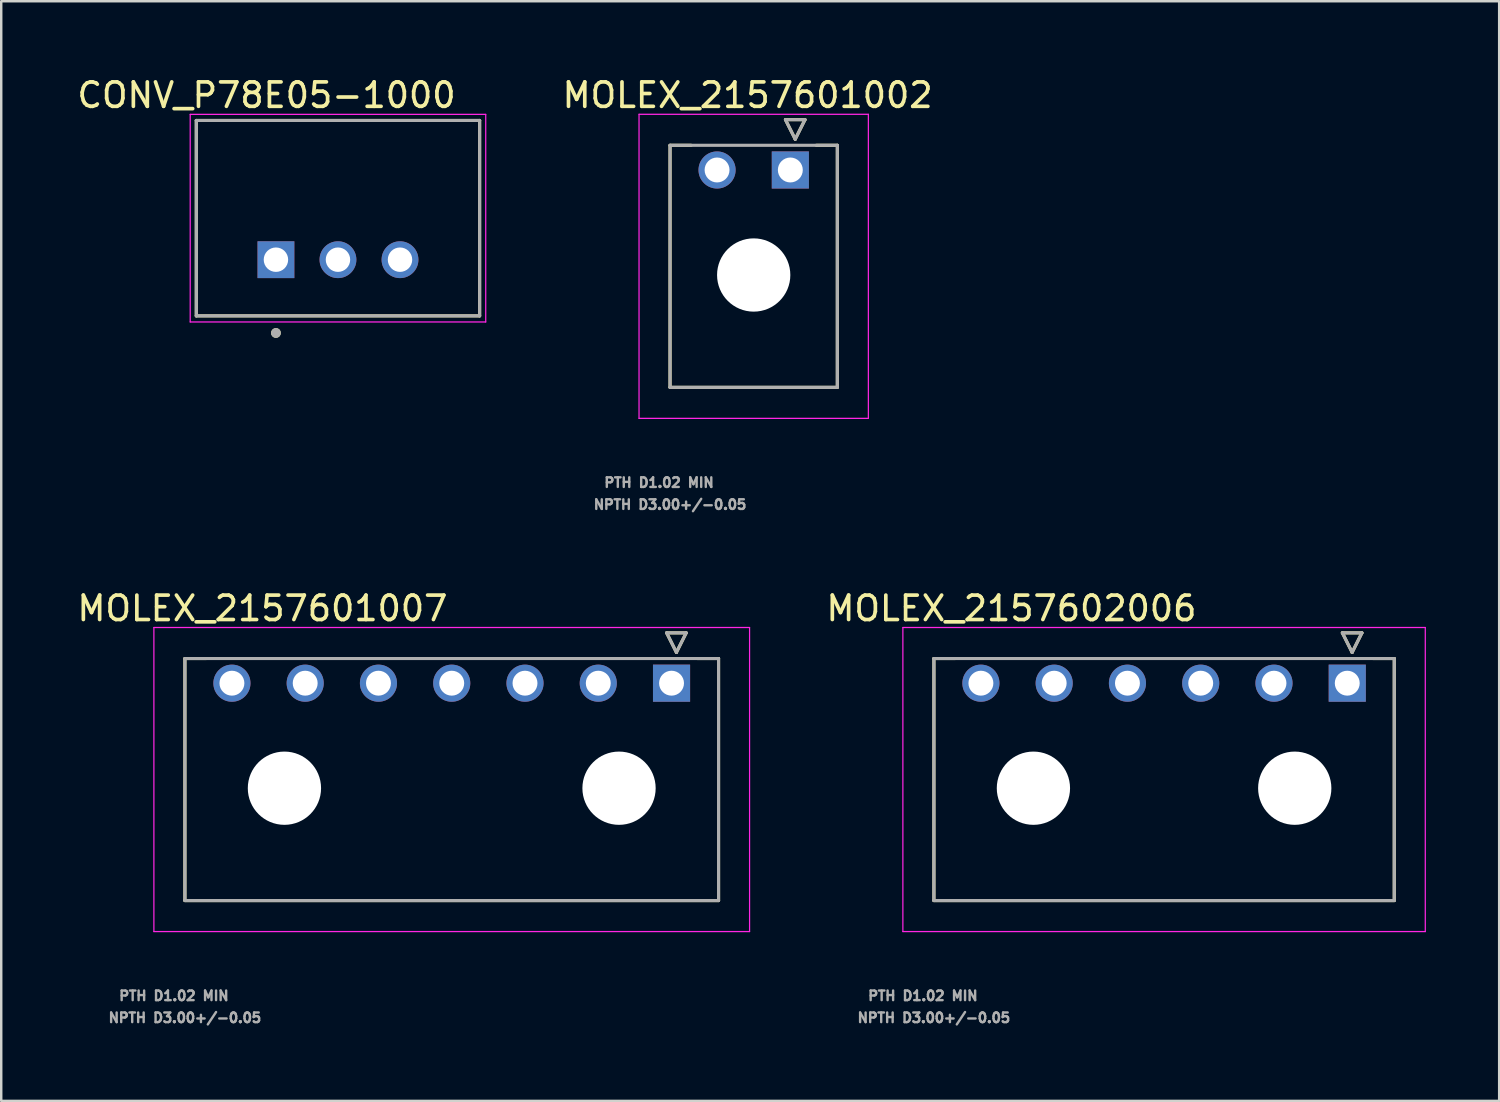
<source format=kicad_pcb>
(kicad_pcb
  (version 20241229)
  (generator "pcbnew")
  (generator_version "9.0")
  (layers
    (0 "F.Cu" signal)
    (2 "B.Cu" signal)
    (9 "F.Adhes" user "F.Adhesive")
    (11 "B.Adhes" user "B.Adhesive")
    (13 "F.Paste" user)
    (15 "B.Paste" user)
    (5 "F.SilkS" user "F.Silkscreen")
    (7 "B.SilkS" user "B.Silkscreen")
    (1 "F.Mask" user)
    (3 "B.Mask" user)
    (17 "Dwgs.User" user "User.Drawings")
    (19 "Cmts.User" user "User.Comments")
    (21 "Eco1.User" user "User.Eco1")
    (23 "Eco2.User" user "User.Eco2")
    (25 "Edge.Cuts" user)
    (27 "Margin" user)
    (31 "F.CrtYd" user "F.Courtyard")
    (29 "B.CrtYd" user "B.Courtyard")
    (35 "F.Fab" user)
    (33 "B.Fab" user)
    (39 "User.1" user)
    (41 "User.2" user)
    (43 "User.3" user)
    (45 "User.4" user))
  (footprint "CONV_P78E05-1000"
    (layer "F.Cu")
    (at 10.788 7.583)
    (property "Reference" "CONV_P78E05-1000" (at -2.925 -6.735 0) (layer "F.SilkS") (effects (font (size 1 1) (thickness 0.15))))
    (attr through_hole)
    (fp_line (start -5.8 -5.7) (end 5.8 -5.7) (stroke (width 0.127) (type solid)) (layer "F.SilkS"))
    (fp_line (start -5.8 2.3) (end -5.8 -5.7) (stroke (width 0.127) (type solid)) (layer "F.SilkS"))
    (fp_line (start 5.8 -5.7) (end 5.8 2.3) (stroke (width 0.127) (type solid)) (layer "F.SilkS"))
    (fp_line (start 5.8 2.3) (end -5.8 2.3) (stroke (width 0.127) (type solid)) (layer "F.SilkS"))
    (fp_circle (center -2.54 3) (end -2.44 3) (stroke (width 0.2) (type solid)) (fill no) (layer "F.SilkS"))
    (fp_line (start -6.05 -5.95) (end 6.05 -5.95) (stroke (width 0.05) (type solid)) (layer "F.CrtYd"))
    (fp_line (start -6.05 2.55) (end -6.05 -5.95) (stroke (width 0.05) (type solid)) (layer "F.CrtYd"))
    (fp_line (start 6.05 -5.95) (end 6.05 2.55) (stroke (width 0.05) (type solid)) (layer "F.CrtYd"))
    (fp_line (start 6.05 2.55) (end -6.05 2.55) (stroke (width 0.05) (type solid)) (layer "F.CrtYd"))
    (fp_line (start -5.8 -5.7) (end 5.8 -5.7) (stroke (width 0.127) (type solid)) (layer "F.Fab"))
    (fp_line (start -5.8 2.3) (end -5.8 -5.7) (stroke (width 0.127) (type solid)) (layer "F.Fab"))
    (fp_line (start 5.8 -5.7) (end 5.8 2.3) (stroke (width 0.127) (type solid)) (layer "F.Fab"))
    (fp_line (start 5.8 2.3) (end -5.8 2.3) (stroke (width 0.127) (type solid)) (layer "F.Fab"))
    (fp_circle (center -2.54 3) (end -2.44 3) (stroke (width 0.2) (type solid)) (fill no) (layer "F.Fab"))
    (pad "1" thru_hole rect (at -2.54 0) (size 1.508 1.508) (drill 1) (layers "*.Cu" "*.Mask"))
    (pad "2" thru_hole circle (at 0 0) (size 1.508 1.508) (drill 1) (layers "*.Cu" "*.Mask"))
    (pad "3" thru_hole circle (at 2.54 0) (size 1.508 1.508) (drill 1) (layers "*.Cu" "*.Mask")))
  (footprint "MOLEX_2157602006"
    (layer "F.Cu")
    (at 52.113 24.923)
    (property "Reference" "MOLEX_2157602006" (at -13.75 -3.062 0) (layer "F.SilkS") (effects (font (size 1 1) (thickness 0.15))))
    (attr through_hole)
    (fp_circle (center -15 0) (end -14.582 0) (stroke (width 0.836) (type solid)) (fill no) (layer "F.Mask"))
    (fp_circle (center -12.85 4.3) (end -12.062 4.3) (stroke (width 1.576) (type solid)) (fill no) (layer "F.Mask"))
    (fp_circle (center -12 0) (end -11.582 0) (stroke (width 0.836) (type solid)) (fill no) (layer "F.Mask"))
    (fp_circle (center -9 0) (end -8.582 0) (stroke (width 0.836) (type solid)) (fill no) (layer "F.Mask"))
    (fp_circle (center -6 0) (end -5.582 0) (stroke (width 0.836) (type solid)) (fill no) (layer "F.Mask"))
    (fp_circle (center -3 0) (end -2.582 0) (stroke (width 0.836) (type solid)) (fill no) (layer "F.Mask"))
    (fp_circle (center -2.15 4.3) (end -1.362 4.3) (stroke (width 1.576) (type solid)) (fill no) (layer "F.Mask"))
    (fp_poly (pts (xy -0.836 -0.836) (xy 0.836 -0.836) (xy 0.836 0.836) (xy -0.836 0.836)) (stroke (width 0.01) (type solid)) (fill yes) (layer "F.Mask"))
    (fp_circle (center -15 0) (end -14.582 0) (stroke (width 0.836) (type solid)) (fill no) (layer "B.Mask"))
    (fp_circle (center -12.85 4.3) (end -12.062 4.3) (stroke (width 1.576) (type solid)) (fill no) (layer "B.Mask"))
    (fp_circle (center -12 0) (end -11.582 0) (stroke (width 0.836) (type solid)) (fill no) (layer "B.Mask"))
    (fp_circle (center -9 0) (end -8.582 0) (stroke (width 0.836) (type solid)) (fill no) (layer "B.Mask"))
    (fp_circle (center -6 0) (end -5.582 0) (stroke (width 0.836) (type solid)) (fill no) (layer "B.Mask"))
    (fp_circle (center -3 0) (end -2.582 0) (stroke (width 0.836) (type solid)) (fill no) (layer "B.Mask"))
    (fp_circle (center -2.15 4.3) (end -1.362 4.3) (stroke (width 1.576) (type solid)) (fill no) (layer "B.Mask"))
    (fp_poly (pts (xy -0.836 -0.836) (xy 0.836 -0.836) (xy 0.836 0.836) (xy -0.836 0.836)) (stroke (width 0.01) (type solid)) (fill yes) (layer "B.Mask"))
    (fp_line (start -16.925 -1.01) (end -16.925 8.9) (stroke (width 0.127) (type solid)) (layer "F.SilkS"))
    (fp_line (start -16.925 -1.01) (end -16.06 -1.01) (stroke (width 0.127) (type solid)) (layer "F.SilkS"))
    (fp_line (start -0.2 -2.06) (end 0.6 -2.06) (stroke (width 0.127) (type solid)) (layer "F.SilkS"))
    (fp_line (start 0.2 -1.26) (end -0.2 -2.06) (stroke (width 0.127) (type solid)) (layer "F.SilkS"))
    (fp_line (start 0.6 -2.06) (end 0.2 -1.26) (stroke (width 0.127) (type solid)) (layer "F.SilkS"))
    (fp_line (start 1.925 -1.01) (end 1.06 -1.01) (stroke (width 0.127) (type solid)) (layer "F.SilkS"))
    (fp_line (start 1.925 -1.01) (end 1.925 8.9) (stroke (width 0.127) (type solid)) (layer "F.SilkS"))
    (fp_line (start 1.925 8.9) (end -16.925 8.9) (stroke (width 0.127) (type solid)) (layer "F.SilkS"))
    (fp_line (start -18.195 -2.28) (end 3.195 -2.28) (stroke (width 0.05) (type solid)) (layer "F.CrtYd"))
    (fp_line (start -18.195 10.17) (end -18.195 -2.28) (stroke (width 0.05) (type solid)) (layer "F.CrtYd"))
    (fp_line (start 3.195 10.17) (end -18.195 10.17) (stroke (width 0.05) (type solid)) (layer "F.CrtYd"))
    (fp_line (start 3.195 10.17) (end 3.195 -2.28) (stroke (width 0.05) (type solid)) (layer "F.CrtYd"))
    (fp_line (start -16.925 -1.01) (end 1.925 -1.01) (stroke (width 0.127) (type solid)) (layer "F.Fab"))
    (fp_line (start -16.925 8.9) (end -16.925 -1.01) (stroke (width 0.127) (type solid)) (layer "F.Fab"))
    (fp_line (start -0.2 -2.06) (end 0.6 -2.06) (stroke (width 0.127) (type solid)) (layer "F.Fab"))
    (fp_line (start 0.2 -1.26) (end -0.2 -2.06) (stroke (width 0.127) (type solid)) (layer "F.Fab"))
    (fp_line (start 0.6 -2.06) (end 0.2 -1.26) (stroke (width 0.127) (type solid)) (layer "F.Fab"))
    (fp_line (start 1.925 8.9) (end -16.925 8.9) (stroke (width 0.127) (type solid)) (layer "F.Fab"))
    (fp_line (start 1.925 8.9) (end 1.925 -1.01) (stroke (width 0.127) (type solid)) (layer "F.Fab"))
    (fp_text user "PTH D1.02 MIN   " (at -16.925 12.8 0) (layer "F.Fab") (effects (font (size 0.394 0.394) (thickness 0.15))))
    (fp_text user "NPTH D3.00+/-0.05" (at -16.925 13.7 0) (layer "F.Fab") (effects (font (size 0.394 0.394) (thickness 0.15))))
    (pad "" np_thru_hole circle (at -12.85 4.3) (size 3 3) (drill 3) (layers "*.Cu" "*.Mask"))
    (pad "" np_thru_hole circle (at -2.15 4.3) (size 3 3) (drill 3) (layers "*.Cu" "*.Mask"))
    (pad "1" thru_hole rect (at 0 0) (size 1.52 1.52) (drill 1.02) (layers "*.Cu"))
    (pad "2" thru_hole circle (at -3 0) (size 1.52 1.52) (drill 1.02) (layers "*.Cu"))
    (pad "3" thru_hole circle (at -6 0) (size 1.52 1.52) (drill 1.02) (layers "*.Cu"))
    (pad "4" thru_hole circle (at -9 0) (size 1.52 1.52) (drill 1.02) (layers "*.Cu"))
    (pad "5" thru_hole circle (at -12 0) (size 1.52 1.52) (drill 1.02) (layers "*.Cu"))
    (pad "6" thru_hole circle (at -15 0) (size 1.52 1.52) (drill 1.02) (layers "*.Cu")))
  (footprint "MOLEX_2157601007"
    (layer "F.Cu")
    (at 24.446 24.923)
    (property "Reference" "MOLEX_2157601007" (at -16.75 -3.062 0) (layer "F.SilkS") (effects (font (size 1 1) (thickness 0.15))))
    (attr through_hole)
    (fp_circle (center -18 0) (end -17.582 0) (stroke (width 0.836) (type solid)) (fill no) (layer "F.Mask"))
    (fp_circle (center -15.85 4.3) (end -15.062 4.3) (stroke (width 1.576) (type solid)) (fill no) (layer "F.Mask"))
    (fp_circle (center -15 0) (end -14.582 0) (stroke (width 0.836) (type solid)) (fill no) (layer "F.Mask"))
    (fp_circle (center -12 0) (end -11.582 0) (stroke (width 0.836) (type solid)) (fill no) (layer "F.Mask"))
    (fp_circle (center -9 0) (end -8.582 0) (stroke (width 0.836) (type solid)) (fill no) (layer "F.Mask"))
    (fp_circle (center -6 0) (end -5.582 0) (stroke (width 0.836) (type solid)) (fill no) (layer "F.Mask"))
    (fp_circle (center -3 0) (end -2.582 0) (stroke (width 0.836) (type solid)) (fill no) (layer "F.Mask"))
    (fp_circle (center -2.15 4.3) (end -1.362 4.3) (stroke (width 1.576) (type solid)) (fill no) (layer "F.Mask"))
    (fp_poly (pts (xy -0.836 -0.836) (xy 0.836 -0.836) (xy 0.836 0.836) (xy -0.836 0.836)) (stroke (width 0.01) (type solid)) (fill yes) (layer "F.Mask"))
    (fp_circle (center -18 0) (end -17.582 0) (stroke (width 0.836) (type solid)) (fill no) (layer "B.Mask"))
    (fp_circle (center -15.85 4.3) (end -15.062 4.3) (stroke (width 1.576) (type solid)) (fill no) (layer "B.Mask"))
    (fp_circle (center -15 0) (end -14.582 0) (stroke (width 0.836) (type solid)) (fill no) (layer "B.Mask"))
    (fp_circle (center -12 0) (end -11.582 0) (stroke (width 0.836) (type solid)) (fill no) (layer "B.Mask"))
    (fp_circle (center -9 0) (end -8.582 0) (stroke (width 0.836) (type solid)) (fill no) (layer "B.Mask"))
    (fp_circle (center -6 0) (end -5.582 0) (stroke (width 0.836) (type solid)) (fill no) (layer "B.Mask"))
    (fp_circle (center -3 0) (end -2.582 0) (stroke (width 0.836) (type solid)) (fill no) (layer "B.Mask"))
    (fp_circle (center -2.15 4.3) (end -1.362 4.3) (stroke (width 1.576) (type solid)) (fill no) (layer "B.Mask"))
    (fp_poly (pts (xy -0.836 -0.836) (xy 0.836 -0.836) (xy 0.836 0.836) (xy -0.836 0.836)) (stroke (width 0.01) (type solid)) (fill yes) (layer "B.Mask"))
    (fp_line (start -19.925 -1.01) (end -19.925 8.9) (stroke (width 0.127) (type solid)) (layer "F.SilkS"))
    (fp_line (start -19.925 -1.01) (end -19.06 -1.01) (stroke (width 0.127) (type solid)) (layer "F.SilkS"))
    (fp_line (start -0.2 -2.06) (end 0.6 -2.06) (stroke (width 0.127) (type solid)) (layer "F.SilkS"))
    (fp_line (start 0.2 -1.26) (end -0.2 -2.06) (stroke (width 0.127) (type solid)) (layer "F.SilkS"))
    (fp_line (start 0.6 -2.06) (end 0.2 -1.26) (stroke (width 0.127) (type solid)) (layer "F.SilkS"))
    (fp_line (start 1.925 -1.01) (end 1.06 -1.01) (stroke (width 0.127) (type solid)) (layer "F.SilkS"))
    (fp_line (start 1.925 -1.01) (end 1.925 8.9) (stroke (width 0.127) (type solid)) (layer "F.SilkS"))
    (fp_line (start 1.925 8.9) (end -19.925 8.9) (stroke (width 0.127) (type solid)) (layer "F.SilkS"))
    (fp_line (start -21.195 -2.28) (end 3.195 -2.28) (stroke (width 0.05) (type solid)) (layer "F.CrtYd"))
    (fp_line (start -21.195 10.17) (end -21.195 -2.28) (stroke (width 0.05) (type solid)) (layer "F.CrtYd"))
    (fp_line (start 3.195 10.17) (end -21.195 10.17) (stroke (width 0.05) (type solid)) (layer "F.CrtYd"))
    (fp_line (start 3.195 10.17) (end 3.195 -2.28) (stroke (width 0.05) (type solid)) (layer "F.CrtYd"))
    (fp_line (start -19.925 -1.01) (end 1.925 -1.01) (stroke (width 0.127) (type solid)) (layer "F.Fab"))
    (fp_line (start -19.925 8.9) (end -19.925 -1.01) (stroke (width 0.127) (type solid)) (layer "F.Fab"))
    (fp_line (start -0.2 -2.06) (end 0.6 -2.06) (stroke (width 0.127) (type solid)) (layer "F.Fab"))
    (fp_line (start 0.2 -1.26) (end -0.2 -2.06) (stroke (width 0.127) (type solid)) (layer "F.Fab"))
    (fp_line (start 0.6 -2.06) (end 0.2 -1.26) (stroke (width 0.127) (type solid)) (layer "F.Fab"))
    (fp_line (start 1.925 8.9) (end -19.925 8.9) (stroke (width 0.127) (type solid)) (layer "F.Fab"))
    (fp_line (start 1.925 8.9) (end 1.925 -1.01) (stroke (width 0.127) (type solid)) (layer "F.Fab"))
    (fp_text user "NPTH D3.00+/-0.05" (at -19.925 13.7 0) (layer "F.Fab") (effects (font (size 0.394 0.394) (thickness 0.15))))
    (fp_text user "PTH D1.02 MIN   " (at -19.925 12.8 0) (layer "F.Fab") (effects (font (size 0.394 0.394) (thickness 0.15))))
    (pad "" np_thru_hole circle (at -15.85 4.3) (size 3 3) (drill 3) (layers "*.Cu" "*.Mask"))
    (pad "" np_thru_hole circle (at -2.15 4.3) (size 3 3) (drill 3) (layers "*.Cu" "*.Mask"))
    (pad "1" thru_hole rect (at 0 0) (size 1.52 1.52) (drill 1.02) (layers "*.Cu"))
    (pad "2" thru_hole circle (at -3 0) (size 1.52 1.52) (drill 1.02) (layers "*.Cu"))
    (pad "3" thru_hole circle (at -6 0) (size 1.52 1.52) (drill 1.02) (layers "*.Cu"))
    (pad "4" thru_hole circle (at -9 0) (size 1.52 1.52) (drill 1.02) (layers "*.Cu"))
    (pad "5" thru_hole circle (at -12 0) (size 1.52 1.52) (drill 1.02) (layers "*.Cu"))
    (pad "6" thru_hole circle (at -15 0) (size 1.52 1.52) (drill 1.02) (layers "*.Cu"))
    (pad "7" thru_hole circle (at -18 0) (size 1.52 1.52) (drill 1.02) (layers "*.Cu")))
  (footprint "MOLEX_2157601002"
    (layer "F.Cu")
    (at 29.31 3.91)
    (property "Reference" "MOLEX_2157601002" (at -1.75 -3.062 0) (layer "F.SilkS") (effects (font (size 1 1) (thickness 0.15))))
    (attr through_hole)
    (fp_circle (center -3 0) (end -2.582 0) (stroke (width 0.836) (type solid)) (fill no) (layer "F.Mask"))
    (fp_circle (center -1.5 4.3) (end -0.712 4.3) (stroke (width 1.576) (type solid)) (fill no) (layer "F.Mask"))
    (fp_poly (pts (xy -0.836 -0.836) (xy 0.836 -0.836) (xy 0.836 0.836) (xy -0.836 0.836)) (stroke (width 0.01) (type solid)) (fill yes) (layer "F.Mask"))
    (fp_circle (center -3 0) (end -2.582 0) (stroke (width 0.836) (type solid)) (fill no) (layer "B.Mask"))
    (fp_circle (center -1.5 4.3) (end -0.712 4.3) (stroke (width 1.576) (type solid)) (fill no) (layer "B.Mask"))
    (fp_poly (pts (xy -0.836 -0.836) (xy 0.836 -0.836) (xy 0.836 0.836) (xy -0.836 0.836)) (stroke (width 0.01) (type solid)) (fill yes) (layer "B.Mask"))
    (fp_line (start -4.925 -1.01) (end -4.925 8.9) (stroke (width 0.127) (type solid)) (layer "F.SilkS"))
    (fp_line (start -4.925 -1.01) (end -4.06 -1.01) (stroke (width 0.127) (type solid)) (layer "F.SilkS"))
    (fp_line (start -0.2 -2.06) (end 0.6 -2.06) (stroke (width 0.127) (type solid)) (layer "F.SilkS"))
    (fp_line (start 0.2 -1.26) (end -0.2 -2.06) (stroke (width 0.127) (type solid)) (layer "F.SilkS"))
    (fp_line (start 0.6 -2.06) (end 0.2 -1.26) (stroke (width 0.127) (type solid)) (layer "F.SilkS"))
    (fp_line (start 1.925 -1.01) (end 1.06 -1.01) (stroke (width 0.127) (type solid)) (layer "F.SilkS"))
    (fp_line (start 1.925 -1.01) (end 1.925 8.9) (stroke (width 0.127) (type solid)) (layer "F.SilkS"))
    (fp_line (start 1.925 8.9) (end -4.925 8.9) (stroke (width 0.127) (type solid)) (layer "F.SilkS"))
    (fp_line (start -6.195 -2.28) (end 3.195 -2.28) (stroke (width 0.05) (type solid)) (layer "F.CrtYd"))
    (fp_line (start -6.195 10.17) (end -6.195 -2.28) (stroke (width 0.05) (type solid)) (layer "F.CrtYd"))
    (fp_line (start 3.195 10.17) (end -6.195 10.17) (stroke (width 0.05) (type solid)) (layer "F.CrtYd"))
    (fp_line (start 3.195 10.17) (end 3.195 -2.28) (stroke (width 0.05) (type solid)) (layer "F.CrtYd"))
    (fp_line (start -4.925 -1.01) (end 1.925 -1.01) (stroke (width 0.127) (type solid)) (layer "F.Fab"))
    (fp_line (start -4.925 8.9) (end -4.925 -1.01) (stroke (width 0.127) (type solid)) (layer "F.Fab"))
    (fp_line (start -0.2 -2.06) (end 0.6 -2.06) (stroke (width 0.127) (type solid)) (layer "F.Fab"))
    (fp_line (start 0.2 -1.26) (end -0.2 -2.06) (stroke (width 0.127) (type solid)) (layer "F.Fab"))
    (fp_line (start 0.6 -2.06) (end 0.2 -1.26) (stroke (width 0.127) (type solid)) (layer "F.Fab"))
    (fp_line (start 1.925 8.9) (end -4.925 8.9) (stroke (width 0.127) (type solid)) (layer "F.Fab"))
    (fp_line (start 1.925 8.9) (end 1.925 -1.01) (stroke (width 0.127) (type solid)) (layer "F.Fab"))
    (fp_text user "NPTH D3.00+/-0.05" (at -4.925 13.7 0) (layer "F.Fab") (effects (font (size 0.394 0.394) (thickness 0.15))))
    (fp_text user "PTH D1.02 MIN   " (at -4.925 12.8 0) (layer "F.Fab") (effects (font (size 0.394 0.394) (thickness 0.15))))
    (pad "" np_thru_hole circle (at -1.5 4.3) (size 3 3) (drill 3) (layers "*.Cu" "*.Mask"))
    (pad "1" thru_hole rect (at 0 0) (size 1.52 1.52) (drill 1.02) (layers "*.Cu"))
    (pad "2" thru_hole circle (at -3 0) (size 1.52 1.52) (drill 1.02) (layers "*.Cu")))
  (gr_rect
    (start -3 -3)
    (end 58.333 42.026)
    (stroke (width 0.1) (type default))
    (fill no)
    (layer "Edge.Cuts")))
</source>
